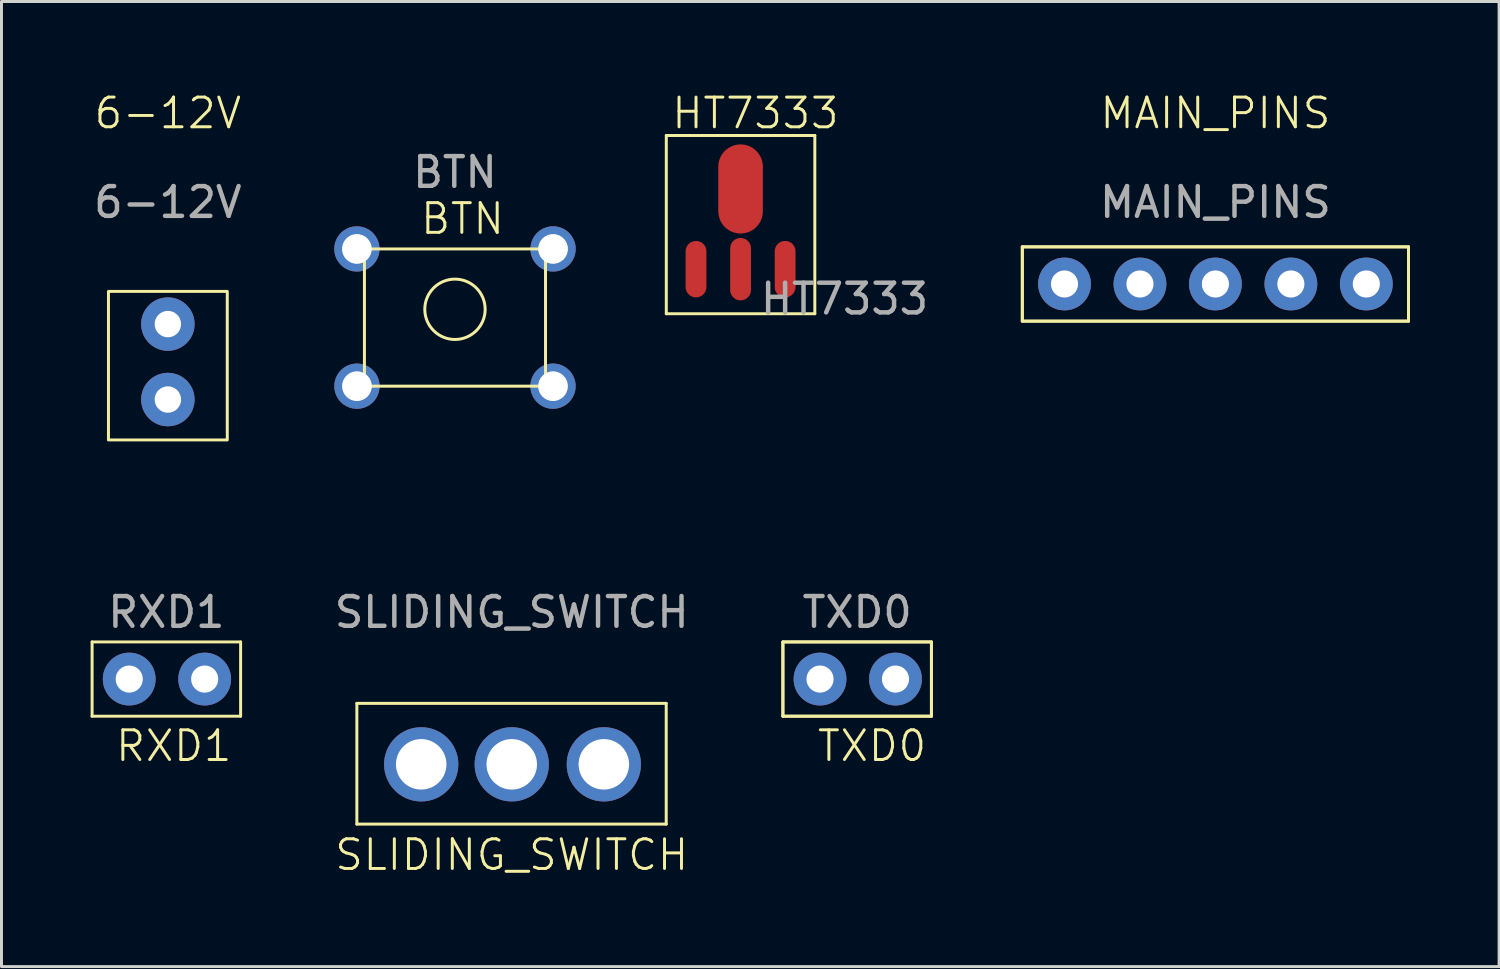
<source format=kicad_pcb>
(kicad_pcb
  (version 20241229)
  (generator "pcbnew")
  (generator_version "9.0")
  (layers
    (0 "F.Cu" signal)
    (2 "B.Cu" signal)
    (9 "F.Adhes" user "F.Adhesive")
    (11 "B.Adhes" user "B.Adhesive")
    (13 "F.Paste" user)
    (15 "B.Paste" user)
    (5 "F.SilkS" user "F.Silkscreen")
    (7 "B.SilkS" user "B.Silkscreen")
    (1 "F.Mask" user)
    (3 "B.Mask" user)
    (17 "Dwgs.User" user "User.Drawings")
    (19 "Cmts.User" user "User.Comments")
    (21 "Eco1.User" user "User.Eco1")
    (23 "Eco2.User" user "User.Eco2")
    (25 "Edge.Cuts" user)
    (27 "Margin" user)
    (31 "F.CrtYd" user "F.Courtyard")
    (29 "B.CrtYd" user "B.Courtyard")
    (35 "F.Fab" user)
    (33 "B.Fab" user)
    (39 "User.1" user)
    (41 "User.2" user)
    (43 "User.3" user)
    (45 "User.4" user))
  (footprint "MAIN_PINS"
    (layer "F.Cu")
    (at 37.865 1.26)
    (property "Reference" "MAIN_PINS" (at 0 -0.5 0) (unlocked yes) (layer "F.SilkS") (effects (font (size 1 1) (thickness 0.1))))
    (attr through_hole)
    (fp_line (start -6.5 4) (end 6.5 4) (stroke (width 0.1) (type default)) (layer "F.SilkS"))
    (fp_line (start -6.5 6.5) (end -6.5 4) (stroke (width 0.1) (type default)) (layer "F.SilkS"))
    (fp_line (start 6.5 4) (end 6.5 6.5) (stroke (width 0.1) (type default)) (layer "F.SilkS"))
    (fp_line (start 6.5 6.5) (end -6.5 6.5) (stroke (width 0.1) (type default)) (layer "F.SilkS"))
    (fp_rect (start -6.5 4) (end 6.5 6.5) (stroke (width 0.1) (type default)) (fill no) (layer "F.SilkS"))
    (fp_text user "${REFERENCE}" (at 0 2.5 0) (unlocked yes) (layer "F.Fab") (effects (font (size 1 1) (thickness 0.15))))
    (pad "1" thru_hole circle (at -5.08 5.25) (size 1.778 1.778) (drill 0.914) (layers "*.Cu" "*.Mask"))
    (pad "2" thru_hole circle (at -2.54 5.25) (size 1.778 1.778) (drill 0.914) (layers "*.Cu" "*.Mask"))
    (pad "3" thru_hole circle (at 0 5.25) (size 1.778 1.778) (drill 0.914) (layers "*.Cu" "*.Mask"))
    (pad "4" thru_hole circle (at 2.54 5.25) (size 1.778 1.778) (drill 0.914) (layers "*.Cu" "*.Mask"))
    (pad "5" thru_hole circle (at 5.08 5.25) (size 1.778 1.778) (drill 0.914) (layers "*.Cu" "*.Mask"))
    (zone (net_name "") (layer "F.SilkS") (hatch edge 0.5) (connect_pads) (min_thickness 0.25) (filled_areas_thickness no) (keepout (tracks allowed) (vias allowed) (pads not_allowed) (copperpour allowed) (footprints not_allowed)) (placement (enabled no)) (fill) (polygon (pts (xy 31.365 5.261) (xy 44.365 5.261) (xy 44.365 7.761) (xy 31.365 7.761)))))
  (footprint "BTN"
    (layer "F.Cu")
    (at 12.266 0.25)
    (property "Reference" "BTN" (at 0.254 4.064 0) (unlocked yes) (layer "F.SilkS") (effects (font (size 1 1) (thickness 0.1))))
    (attr through_hole)
    (fp_line (start -3.048 5.08) (end -3.048 9.68) (stroke (width 0.1) (type default)) (layer "F.SilkS"))
    (fp_line (start -3.048 9.7) (end 3.048 9.7) (stroke (width 0.1) (type default)) (layer "F.SilkS"))
    (fp_line (start 3.048 5.08) (end -3.048 5.08) (stroke (width 0.1) (type default)) (layer "F.SilkS"))
    (fp_line (start 3.048 5.08) (end 3.048 9.68) (stroke (width 0.1) (type default)) (layer "F.SilkS"))
    (fp_circle (center 0 7.112) (end 1.016 7.112) (stroke (width 0.1) (type default)) (fill no) (layer "F.SilkS"))
    (fp_text user "${REFERENCE}" (at 0 2.5 0) (unlocked yes) (layer "F.Fab") (effects (font (size 1 1) (thickness 0.15))))
    (pad "1" thru_hole circle (at -3.302 5.08) (size 1.524 1.524) (drill 1) (layers "*.Cu" "*.Mask"))
    (pad "2" thru_hole circle (at 3.302 5.08) (size 1.524 1.524) (drill 1) (layers "*.Cu" "*.Mask"))
    (pad "3" thru_hole circle (at -3.3 9.7) (size 1.524 1.524) (drill 1) (layers "*.Cu" "*.Mask"))
    (pad "4" thru_hole circle (at 3.3 9.7) (size 1.524 1.524) (drill 1) (layers "*.Cu" "*.Mask")))
  (footprint "6-12V"
    (layer "F.Cu")
    (at 2.601 1.26)
    (property "Reference" "6-12V" (at 0 -0.5 0) (unlocked yes) (layer "F.SilkS") (effects (font (size 1 1) (thickness 0.1))))
    (attr through_hole)
    (fp_rect (start -2 5.5) (end 2 10.5) (stroke (width 0.1) (type default)) (fill no) (layer "F.SilkS"))
    (fp_text user "${REFERENCE}" (at 0 2.5 0) (unlocked yes) (layer "F.Fab") (effects (font (size 1 1) (thickness 0.15))))
    (pad "3" thru_hole circle (at 0 6.6) (size 1.8 1.8) (drill 0.89) (layers "*.Cu" "*.Mask"))
    (pad "4" thru_hole circle (at 0 9.14) (size 1.8 1.8) (drill 0.89) (layers "*.Cu" "*.Mask")))
  (footprint "HT7333"
    (layer "F.Cu")
    (at 25.38 4.511)
    (property "Reference" "HT7333" (at -3 -3.75 0) (unlocked yes) (layer "F.SilkS") (effects (font (size 1 1) (thickness 0.1))))
    (attr smd)
    (fp_line (start -6 -3) (end -1 -3) (stroke (width 0.1) (type default)) (layer "F.SilkS"))
    (fp_line (start -6 3) (end -6 -3) (stroke (width 0.1) (type default)) (layer "F.SilkS"))
    (fp_line (start -1 -3) (end -1 3) (stroke (width 0.1) (type default)) (layer "F.SilkS"))
    (fp_line (start -1 3) (end -6 3) (stroke (width 0.1) (type default)) (layer "F.SilkS"))
    (fp_text user "${REFERENCE}" (at 0 2.5 0) (unlocked yes) (layer "F.Fab") (effects (font (size 1 1) (thickness 0.15))))
    (pad "1" smd oval (at -3.5 -1.2 180) (size 1.5 3) (layers "F.Cu" "F.Mask" "F.Paste"))
    (pad "2" smd oval (at -5 1.5 180) (size 0.7 1.9) (layers "F.Cu" "F.Mask" "F.Paste"))
    (pad "3" smd oval (at -3.5 1.5 180) (size 0.7 2.1) (layers "F.Cu" "F.Mask" "F.Paste"))
    (pad "4" smd oval (at -2 1.5 180) (size 0.7 1.9) (layers "F.Cu" "F.Mask" "F.Paste"))
    (zone (net_name "") (layer "F.SilkS") (hatch edge 0.5) (connect_pads) (min_thickness 0.25) (filled_areas_thickness no) (keepout (tracks allowed) (vias allowed) (pads not_allowed) (copperpour allowed) (footprints not_allowed)) (placement (enabled no)) (fill) (polygon (pts (xy 19.38 1.51) (xy 24.38 1.51) (xy 24.38 7.511) (xy 19.38 7.511)))))
  (footprint "SLIDING_SWITCH"
    (layer "F.Cu")
    (at 14.177 15.06)
    (property "Reference" "SLIDING_SWITCH" (at 0 10.668 0) (unlocked yes) (layer "F.SilkS") (effects (font (size 1 1) (thickness 0.1))))
    (attr through_hole)
    (fp_line (start -5.214 5.568) (end 5.2 5.568) (stroke (width 0.1) (type default)) (layer "F.SilkS"))
    (fp_line (start -5.214 9.632) (end -5.214 5.568) (stroke (width 0.1) (type default)) (layer "F.SilkS"))
    (fp_line (start 5.2 5.568) (end 5.2 9.632) (stroke (width 0.1) (type default)) (layer "F.SilkS"))
    (fp_line (start 5.2 9.632) (end -5.214 9.632) (stroke (width 0.1) (type default)) (layer "F.SilkS"))
    (fp_text user "${REFERENCE}" (at 0 2.5 0) (unlocked yes) (layer "F.Fab") (effects (font (size 1 1) (thickness 0.15))))
    (pad "1" thru_hole circle (at 3.1 7.62) (size 2.5 2.5) (drill 1.7) (layers "*.Cu" "*.Mask"))
    (pad "2" thru_hole circle (at 0 7.62) (size 2.5 2.5) (drill 1.7) (layers "*.Cu" "*.Mask"))
    (pad "3" thru_hole circle (at -3.048 7.62) (size 2.5 2.5) (drill 1.7) (layers "*.Cu" "*.Mask"))
    (zone (net_name "") (layer "F.SilkS") (hatch edge 0.5) (connect_pads) (min_thickness 0.25) (filled_areas_thickness no) (keepout (tracks allowed) (vias allowed) (pads not_allowed) (copperpour allowed) (footprints not_allowed)) (placement (enabled no)) (fill) (polygon (pts (xy 8.963 20.628) (xy 19.377 20.628) (xy 19.377 24.692) (xy 8.963 24.692)))))
  (footprint "TXD0"
    (layer "F.Cu")
    (at 25.805 15.06)
    (property "Reference" "TXD0" (at 0.5 7 0) (unlocked yes) (layer "F.SilkS") (effects (font (size 1 1) (thickness 0.1))))
    (attr smd)
    (fp_line (start -2.5 3.5) (end 2.5 3.5) (stroke (width 0.1) (type default)) (layer "F.SilkS"))
    (fp_line (start -2.5 6) (end -2.5 3.5) (stroke (width 0.1) (type default)) (layer "F.SilkS"))
    (fp_line (start 2.5 3.5) (end 2.5 6) (stroke (width 0.1) (type default)) (layer "F.SilkS"))
    (fp_line (start 2.5 6) (end -2.5 6) (stroke (width 0.1) (type default)) (layer "F.SilkS"))
    (fp_rect (start -2.5 3.5) (end 2.5 6) (stroke (width 0.1) (type default)) (fill no) (layer "F.SilkS"))
    (fp_text user "${REFERENCE}" (at 0 2.5 0) (unlocked yes) (layer "F.Fab") (effects (font (size 1 1) (thickness 0.15))))
    (pad "1" thru_hole circle (at -1.25 4.75) (size 1.778 1.778) (drill 0.914) (layers "*.Cu" "*.Mask"))
    (pad "2" thru_hole circle (at 1.29 4.75) (size 1.778 1.778) (drill 0.914) (layers "*.Cu" "*.Mask"))
    (zone (net_name "") (layer "F.SilkS") (hatch edge 0.5) (connect_pads) (min_thickness 0.25) (filled_areas_thickness no) (keepout (tracks allowed) (vias allowed) (pads not_allowed) (copperpour allowed) (footprints not_allowed)) (placement (enabled no)) (fill) (polygon (pts (xy 23.305 18.561) (xy 28.305 18.561) (xy 28.305 21.061) (xy 23.305 21.061)))))
  (footprint "RXD1"
    (layer "F.Cu")
    (at 2.55 15.06)
    (property "Reference" "RXD1" (at 0.25 7 0) (unlocked yes) (layer "F.SilkS") (effects (font (size 1 1) (thickness 0.1))))
    (attr through_hole)
    (fp_line (start -2.5 3.5) (end 2.5 3.5) (stroke (width 0.1) (type default)) (layer "F.SilkS"))
    (fp_line (start -2.5 6) (end -2.5 3.5) (stroke (width 0.1) (type default)) (layer "F.SilkS"))
    (fp_line (start 2.5 3.5) (end 2.5 6) (stroke (width 0.1) (type default)) (layer "F.SilkS"))
    (fp_line (start 2.5 6) (end -2.5 6) (stroke (width 0.1) (type default)) (layer "F.SilkS"))
    (fp_text user "${REFERENCE}" (at 0 2.5 0) (unlocked yes) (layer "F.Fab") (effects (font (size 1 1) (thickness 0.15))))
    (pad "1" thru_hole circle (at -1.25 4.75) (size 1.778 1.778) (drill 0.914) (layers "*.Cu" "*.Mask"))
    (pad "2" thru_hole circle (at 1.29 4.75) (size 1.778 1.778) (drill 0.914) (layers "*.Cu" "*.Mask"))
    (zone (net_name "") (layer "F.SilkS") (hatch edge 0.5) (connect_pads) (min_thickness 0.25) (filled_areas_thickness no) (keepout (tracks allowed) (vias allowed) (pads not_allowed) (copperpour allowed) (footprints not_allowed)) (placement (enabled no)) (fill) (polygon (pts (xy 0.05 18.561) (xy 5.05 18.561) (xy 5.05 21.061) (xy 0.05 21.061)))))
  (gr_rect
    (start -3 -3)
    (end 47.415 29.489)
    (stroke (width 0.1) (type default))
    (fill no)
    (layer "Edge.Cuts")))
</source>
